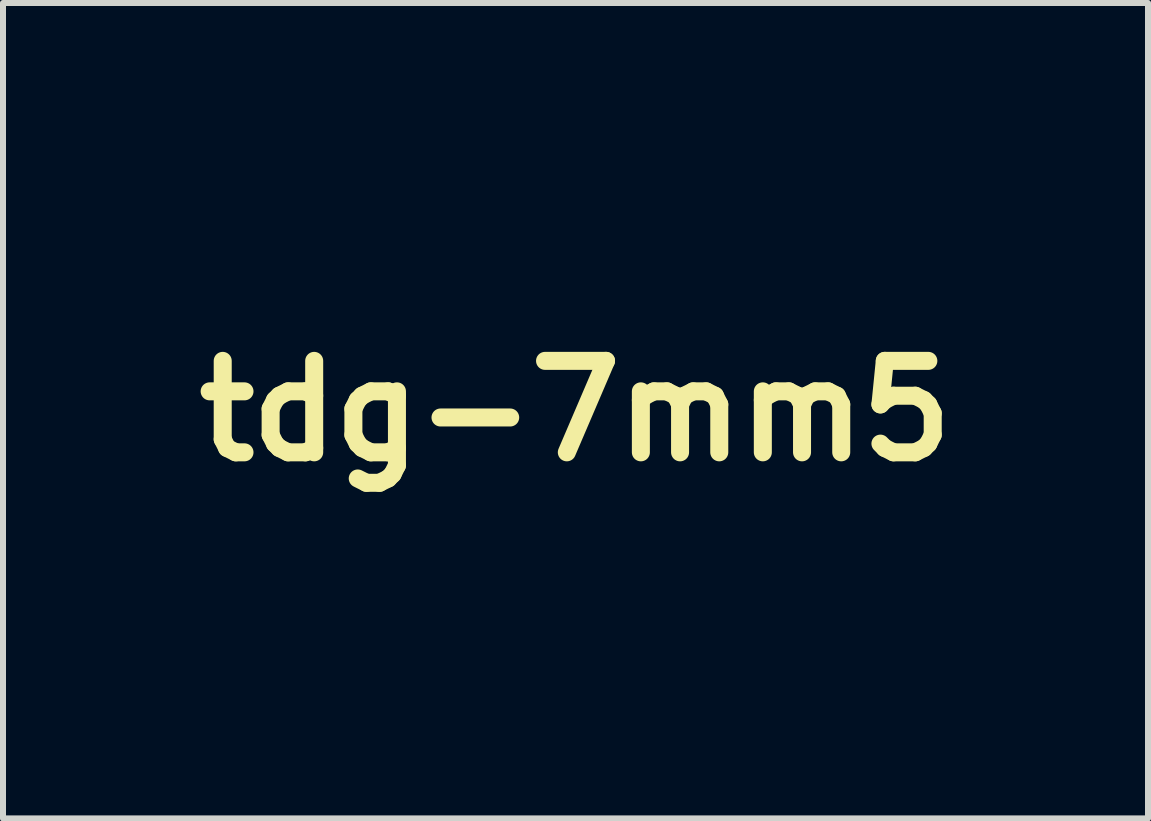
<source format=kicad_pcb>
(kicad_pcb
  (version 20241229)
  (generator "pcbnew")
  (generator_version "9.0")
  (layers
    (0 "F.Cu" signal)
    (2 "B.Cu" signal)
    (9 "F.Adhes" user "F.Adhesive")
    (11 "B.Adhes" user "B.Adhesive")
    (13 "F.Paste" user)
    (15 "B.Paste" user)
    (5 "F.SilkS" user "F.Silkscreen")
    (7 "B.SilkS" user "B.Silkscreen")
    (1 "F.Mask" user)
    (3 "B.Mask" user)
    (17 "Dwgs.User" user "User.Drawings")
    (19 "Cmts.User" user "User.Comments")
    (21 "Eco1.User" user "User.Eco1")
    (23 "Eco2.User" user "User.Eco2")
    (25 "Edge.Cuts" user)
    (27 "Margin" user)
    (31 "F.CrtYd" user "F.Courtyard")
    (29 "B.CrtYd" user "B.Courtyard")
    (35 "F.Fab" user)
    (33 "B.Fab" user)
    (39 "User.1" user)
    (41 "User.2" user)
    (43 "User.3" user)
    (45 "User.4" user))
  (footprint "tdg-7mm5"
    (layer "F.Cu")
    (at 6.539 3.797)
    (property "Reference" "tdg-7mm5" (at 0 0 0) (layer "F.SilkS") (effects (font (size 1.524 1.524) (thickness 0.3))))
    (attr through_hole)
    (fp_poly (pts (xy -2.444 -0.199) (xy -2.416 -0.189) (xy -2.394 -0.174) (xy -2.39 -0.17) (xy -2.369 -0.147) (xy -2.354 -0.119) (xy -2.344 -0.083) (xy -2.339 -0.035) (xy -2.338 0.027) (xy -2.34 0.107) (xy -2.345 0.192) (xy -2.385 0.69) (xy -2.44 1.189) (xy -2.512 1.694) (xy -2.552 1.943) (xy -2.572 2.058) (xy -2.59 2.152) (xy -2.607 2.229) (xy -2.624 2.292) (xy -2.642 2.343) (xy -2.661 2.386) (xy -2.682 2.424) (xy -2.692 2.438) (xy -2.74 2.493) (xy -2.798 2.533) (xy -2.86 2.556) (xy -2.921 2.56) (xy -2.951 2.553) (xy -3.023 2.519) (xy -3.095 2.463) (xy -3.164 2.387) (xy -3.202 2.334) (xy -3.243 2.268) (xy -3.289 2.184) (xy -3.339 2.086) (xy -3.391 1.979) (xy -3.442 1.867) (xy -3.491 1.755) (xy -3.535 1.647) (xy -3.572 1.548) (xy -3.58 1.525) (xy -3.599 1.466) (xy -3.608 1.428) (xy -3.215 1.428) (xy -3.207 1.492) (xy -3.2 1.515) (xy -3.181 1.56) (xy -3.154 1.609) (xy -3.123 1.659) (xy -3.09 1.707) (xy -3.059 1.746) (xy -3.032 1.775) (xy -3.012 1.787) (xy -3.007 1.787) (xy -2.993 1.774) (xy -2.974 1.749) (xy -2.972 1.745) (xy -2.956 1.702) (xy -2.944 1.639) (xy -2.936 1.56) (xy -2.932 1.468) (xy -2.933 1.367) (xy -2.938 1.261) (xy -2.948 1.153) (xy -2.962 1.048) (xy -2.965 1.028) (xy -2.978 0.957) (xy -2.989 0.908) (xy -3 0.88) (xy -3.011 0.87) (xy -3.019 0.874) (xy -3.026 0.887) (xy -3.04 0.919) (xy -3.06 0.965) (xy -3.084 1.021) (xy -3.11 1.085) (xy -3.137 1.151) (xy -3.164 1.217) (xy -3.188 1.277) (xy -3.2 1.306) (xy -3.213 1.362) (xy -3.215 1.428) (xy -3.608 1.428) (xy -3.61 1.42) (xy -3.615 1.379) (xy -3.615 1.334) (xy -3.615 1.325) (xy -3.613 1.296) (xy -3.61 1.272) (xy -3.606 1.249) (xy -3.597 1.223) (xy -3.584 1.192) (xy -3.565 1.151) (xy -3.538 1.098) (xy -3.501 1.03) (xy -3.468 0.968) (xy -3.375 0.771) (xy -3.304 0.574) (xy -3.255 0.374) (xy -3.235 0.236) (xy -3.224 0.151) (xy -3.211 0.085) (xy -3.193 0.036) (xy -3.168 -0.000371) (xy -3.13 -0.029) (xy -3.078 -0.053) (xy -3.007 -0.077) (xy -2.96 -0.091) (xy -2.836 -0.127) (xy -2.732 -0.156) (xy -2.646 -0.178) (xy -2.577 -0.193) (xy -2.522 -0.201) (xy -2.478 -0.203) (xy -2.444 -0.199)) (stroke (width 0.01) (type solid)) (fill yes) (layer "F.Mask"))
    (fp_poly (pts (xy -1.597 -3.464) (xy -1.578 -3.455) (xy -1.565 -3.439) (xy -1.558 -3.414) (xy -1.558 -3.379) (xy -1.564 -3.329) (xy -1.579 -3.263) (xy -1.6 -3.178) (xy -1.614 -3.129) (xy -1.637 -3.043) (xy -1.663 -2.944) (xy -1.689 -2.843) (xy -1.711 -2.749) (xy -1.718 -2.72) (xy -1.744 -2.611) (xy -1.766 -2.523) (xy -1.784 -2.454) (xy -1.801 -2.401) (xy -1.815 -2.362) (xy -1.829 -2.334) (xy -1.839 -2.318) (xy -1.866 -2.294) (xy -1.897 -2.288) (xy -1.938 -2.3) (xy -1.961 -2.312) (xy -1.997 -2.329) (xy -2.025 -2.332) (xy -2.041 -2.328) (xy -2.063 -2.316) (xy -2.082 -2.295) (xy -2.1 -2.264) (xy -2.116 -2.219) (xy -2.132 -2.157) (xy -2.148 -2.077) (xy -2.166 -1.976) (xy -2.171 -1.947) (xy -2.191 -1.823) (xy -2.208 -1.718) (xy -2.221 -1.629) (xy -2.232 -1.552) (xy -2.24 -1.483) (xy -2.246 -1.418) (xy -2.25 -1.353) (xy -2.253 -1.284) (xy -2.254 -1.207) (xy -2.255 -1.117) (xy -2.255 -1.012) (xy -2.255 -0.965) (xy -2.256 -0.852) (xy -2.256 -0.76) (xy -2.257 -0.687) (xy -2.258 -0.63) (xy -2.259 -0.588) (xy -2.262 -0.557) (xy -2.265 -0.536) (xy -2.269 -0.521) (xy -2.275 -0.509) (xy -2.281 -0.5) (xy -2.309 -0.469) (xy -2.343 -0.441) (xy -2.344 -0.44) (xy -2.368 -0.427) (xy -2.411 -0.407) (xy -2.469 -0.382) (xy -2.538 -0.352) (xy -2.617 -0.32) (xy -2.701 -0.286) (xy -2.788 -0.252) (xy -2.873 -0.219) (xy -2.955 -0.188) (xy -3.029 -0.16) (xy -3.093 -0.137) (xy -3.142 -0.12) (xy -3.175 -0.111) (xy -3.185 -0.109) (xy -3.223 -0.116) (xy -3.246 -0.131) (xy -3.262 -0.158) (xy -3.266 -0.176) (xy -3.261 -0.194) (xy -3.247 -0.23) (xy -3.227 -0.28) (xy -3.201 -0.342) (xy -3.17 -0.41) (xy -3.164 -0.423) (xy -3.048 -0.695) (xy -2.95 -0.959) (xy -2.869 -1.221) (xy -2.802 -1.489) (xy -2.753 -1.738) (xy -2.741 -1.809) (xy -2.734 -1.86) (xy -2.732 -1.893) (xy -2.735 -1.91) (xy -2.738 -1.914) (xy -2.752 -1.921) (xy -2.767 -1.919) (xy -2.789 -1.906) (xy -2.807 -1.893) (xy -2.863 -1.856) (xy -2.908 -1.837) (xy -2.945 -1.834) (xy -2.965 -1.839) (xy -2.999 -1.86) (xy -3.022 -1.891) (xy -3.032 -1.934) (xy -3.032 -1.991) (xy -3.02 -2.065) (xy -2.998 -2.157) (xy -2.988 -2.191) (xy -2.943 -2.338) (xy -2.895 -2.466) (xy -2.844 -2.579) (xy -2.786 -2.679) (xy -2.719 -2.77) (xy -2.64 -2.855) (xy -2.547 -2.938) (xy -2.438 -3.021) (xy -2.309 -3.107) (xy -2.245 -3.147) (xy -2.183 -3.185) (xy -2.112 -3.226) (xy -2.035 -3.269) (xy -1.956 -3.312) (xy -1.878 -3.353) (xy -1.805 -3.39) (xy -1.74 -3.422) (xy -1.688 -3.446) (xy -1.651 -3.461) (xy -1.639 -3.464) (xy -1.597 -3.464)) (stroke (width 0.01) (type solid)) (fill yes) (layer "F.Mask"))
    (fp_poly (pts (xy -0.63 -3.787) (xy -0.571 -3.78) (xy -0.55 -3.776) (xy -0.47 -3.741) (xy -0.397 -3.687) (xy -0.333 -3.614) (xy -0.281 -3.528) (xy -0.249 -3.448) (xy -0.228 -3.369) (xy -0.213 -3.278) (xy -0.202 -3.172) (xy -0.197 -3.051) (xy -0.196 -2.913) (xy -0.2 -2.757) (xy -0.209 -2.581) (xy -0.223 -2.385) (xy -0.242 -2.171) (xy -0.26 -1.96) (xy -0.274 -1.77) (xy -0.283 -1.598) (xy -0.288 -1.441) (xy -0.288 -1.298) (xy -0.283 -1.164) (xy -0.274 -1.037) (xy -0.26 -0.914) (xy -0.241 -0.795) (xy -0.225 -0.681) (xy -0.219 -0.586) (xy -0.223 -0.506) (xy -0.239 -0.44) (xy -0.267 -0.383) (xy -0.307 -0.333) (xy -0.312 -0.328) (xy -0.377 -0.279) (xy -0.454 -0.248) (xy -0.545 -0.236) (xy -0.652 -0.241) (xy -0.665 -0.243) (xy -0.694 -0.248) (xy -0.744 -0.257) (xy -0.812 -0.269) (xy -0.894 -0.284) (xy -0.987 -0.302) (xy -1.089 -0.322) (xy -1.197 -0.343) (xy -1.231 -0.35) (xy -1.362 -0.376) (xy -1.471 -0.398) (xy -1.561 -0.417) (xy -1.634 -0.434) (xy -1.691 -0.449) (xy -1.736 -0.463) (xy -1.771 -0.477) (xy -1.797 -0.491) (xy -1.817 -0.506) (xy -1.833 -0.524) (xy -1.847 -0.543) (xy -1.866 -0.575) (xy -1.88 -0.61) (xy -1.89 -0.651) (xy -1.895 -0.704) (xy -1.898 -0.772) (xy -1.899 -0.849) (xy -1.896 -0.986) (xy -1.895 -1.019) (xy -1.256 -1.019) (xy -1.25 -0.943) (xy -1.238 -0.886) (xy -1.219 -0.844) (xy -1.191 -0.813) (xy -1.17 -0.798) (xy -1.121 -0.777) (xy -1.074 -0.778) (xy -1.047 -0.788) (xy -1.022 -0.802) (xy -1.003 -0.821) (xy -0.989 -0.849) (xy -0.981 -0.889) (xy -0.975 -0.944) (xy -0.971 -1.019) (xy -0.971 -1.04) (xy -0.969 -1.124) (xy -0.969 -1.217) (xy -0.971 -1.315) (xy -0.974 -1.413) (xy -0.977 -1.509) (xy -0.982 -1.599) (xy -0.988 -1.68) (xy -0.994 -1.747) (xy -1 -1.797) (xy -1.007 -1.828) (xy -1.008 -1.829) (xy -1.022 -1.858) (xy -1.035 -1.874) (xy -1.038 -1.875) (xy -1.048 -1.865) (xy -1.064 -1.838) (xy -1.081 -1.804) (xy -1.148 -1.637) (xy -1.199 -1.469) (xy -1.235 -1.304) (xy -1.254 -1.147) (xy -1.256 -1.019) (xy -1.895 -1.019) (xy -1.888 -1.132) (xy -1.875 -1.287) (xy -1.856 -1.453) (xy -1.83 -1.633) (xy -1.799 -1.827) (xy -1.76 -2.037) (xy -1.715 -2.265) (xy -1.663 -2.513) (xy -1.603 -2.782) (xy -1.596 -2.812) (xy -1.563 -2.956) (xy -1.533 -3.078) (xy -1.505 -3.181) (xy -1.478 -3.268) (xy -1.451 -3.341) (xy -1.423 -3.403) (xy -1.394 -3.455) (xy -1.362 -3.501) (xy -1.327 -3.543) (xy -1.304 -3.567) (xy -1.25 -3.612) (xy -1.178 -3.658) (xy -1.096 -3.701) (xy -1.009 -3.738) (xy -0.926 -3.765) (xy -0.913 -3.769) (xy -0.851 -3.78) (xy -0.779 -3.787) (xy -0.702 -3.789) (xy -0.63 -3.787)) (stroke (width 0.01) (type solid)) (fill yes) (layer "F.Mask"))
    (fp_poly (pts (xy 1.451 0.323) (xy 1.512 0.331) (xy 1.634 0.361) (xy 1.737 0.405) (xy 1.821 0.463) (xy 1.885 0.535) (xy 1.929 0.62) (xy 1.937 0.644) (xy 1.946 0.674) (xy 1.952 0.701) (xy 1.956 0.731) (xy 1.958 0.766) (xy 1.959 0.811) (xy 1.958 0.87) (xy 1.956 0.947) (xy 1.955 0.991) (xy 1.952 1.092) (xy 1.952 1.178) (xy 1.955 1.255) (xy 1.962 1.325) (xy 1.975 1.392) (xy 1.993 1.461) (xy 2.019 1.535) (xy 2.052 1.619) (xy 2.094 1.715) (xy 2.146 1.828) (xy 2.159 1.857) (xy 2.216 1.981) (xy 2.262 2.088) (xy 2.298 2.18) (xy 2.326 2.26) (xy 2.346 2.333) (xy 2.36 2.401) (xy 2.367 2.468) (xy 2.37 2.536) (xy 2.37 2.553) (xy 2.361 2.675) (xy 2.331 2.789) (xy 2.28 2.894) (xy 2.207 2.993) (xy 2.112 3.086) (xy 2.008 3.164) (xy 1.976 3.185) (xy 1.927 3.215) (xy 1.865 3.253) (xy 1.792 3.297) (xy 1.713 3.344) (xy 1.631 3.393) (xy 1.55 3.44) (xy 1.474 3.485) (xy 1.406 3.524) (xy 1.349 3.556) (xy 1.308 3.579) (xy 1.298 3.585) (xy 1.247 3.601) (xy 1.193 3.604) (xy 1.144 3.592) (xy 1.121 3.579) (xy 1.093 3.546) (xy 1.071 3.493) (xy 1.069 3.486) (xy 1.061 3.455) (xy 1.056 3.426) (xy 1.055 3.394) (xy 1.057 3.352) (xy 1.062 3.295) (xy 1.066 3.26) (xy 1.072 3.184) (xy 1.077 3.089) (xy 1.08 2.979) (xy 1.081 2.861) (xy 1.081 2.738) (xy 1.08 2.616) (xy 1.077 2.499) (xy 1.072 2.393) (xy 1.066 2.302) (xy 1.066 2.298) (xy 1.065 2.292) (xy 1.429 2.292) (xy 1.429 2.349) (xy 1.432 2.398) (xy 1.437 2.429) (xy 1.446 2.451) (xy 1.462 2.471) (xy 1.479 2.487) (xy 1.526 2.519) (xy 1.575 2.528) (xy 1.629 2.516) (xy 1.671 2.493) (xy 1.727 2.443) (xy 1.767 2.378) (xy 1.791 2.299) (xy 1.797 2.208) (xy 1.788 2.107) (xy 1.762 1.997) (xy 1.719 1.882) (xy 1.69 1.821) (xy 1.654 1.752) (xy 1.624 1.703) (xy 1.598 1.673) (xy 1.573 1.659) (xy 1.547 1.66) (xy 1.523 1.67) (xy 1.503 1.685) (xy 1.487 1.709) (xy 1.476 1.745) (xy 1.468 1.796) (xy 1.462 1.866) (xy 1.459 1.917) (xy 1.456 1.988) (xy 1.45 2.058) (xy 1.445 2.12) (xy 1.439 2.166) (xy 1.438 2.17) (xy 1.432 2.226) (xy 1.429 2.292) (xy 1.065 2.292) (xy 1.061 2.246) (xy 1.054 2.174) (xy 1.046 2.086) (xy 1.036 1.985) (xy 1.024 1.875) (xy 1.012 1.761) (xy 1 1.645) (xy 0.998 1.627) (xy 0.986 1.512) (xy 0.975 1.399) (xy 0.965 1.291) (xy 0.955 1.192) (xy 0.948 1.104) (xy 0.942 1.033) (xy 0.938 0.981) (xy 0.938 0.974) (xy 0.933 0.889) (xy 0.924 0.82) (xy 0.912 0.761) (xy 0.901 0.722) (xy 0.878 0.629) (xy 0.871 0.546) (xy 0.881 0.477) (xy 0.907 0.423) (xy 0.945 0.388) (xy 1.001 0.363) (xy 1.076 0.343) (xy 1.163 0.328) (xy 1.259 0.32) (xy 1.357 0.318) (xy 1.451 0.323)) (stroke (width 0.01) (type solid)) (fill yes) (layer "F.Mask"))
    (fp_poly (pts (xy 1.664 -3.316) (xy 1.734 -3.291) (xy 1.798 -3.261) (xy 2.019 -3.14) (xy 2.23 -2.999) (xy 2.429 -2.841) (xy 2.612 -2.667) (xy 2.745 -2.519) (xy 2.822 -2.42) (xy 2.879 -2.329) (xy 2.916 -2.246) (xy 2.934 -2.173) (xy 2.931 -2.11) (xy 2.908 -2.059) (xy 2.881 -2.031) (xy 2.843 -2.013) (xy 2.794 -2.01) (xy 2.731 -2.023) (xy 2.652 -2.051) (xy 2.614 -2.068) (xy 2.56 -2.092) (xy 2.521 -2.106) (xy 2.491 -2.113) (xy 2.464 -2.114) (xy 2.445 -2.112) (xy 2.368 -2.093) (xy 2.306 -2.061) (xy 2.261 -2.017) (xy 2.237 -1.963) (xy 2.232 -1.923) (xy 2.24 -1.875) (xy 2.26 -1.82) (xy 2.289 -1.761) (xy 2.324 -1.705) (xy 2.362 -1.655) (xy 2.401 -1.615) (xy 2.436 -1.59) (xy 2.459 -1.584) (xy 2.489 -1.593) (xy 2.53 -1.618) (xy 2.558 -1.639) (xy 2.607 -1.677) (xy 2.643 -1.699) (xy 2.673 -1.708) (xy 2.7 -1.706) (xy 2.716 -1.7) (xy 2.767 -1.666) (xy 2.816 -1.609) (xy 2.861 -1.531) (xy 2.903 -1.431) (xy 2.92 -1.381) (xy 2.94 -1.307) (xy 2.949 -1.25) (xy 2.948 -1.204) (xy 2.935 -1.165) (xy 2.933 -1.161) (xy 2.915 -1.136) (xy 2.89 -1.121) (xy 2.854 -1.116) (xy 2.804 -1.121) (xy 2.734 -1.135) (xy 2.734 -1.135) (xy 2.681 -1.146) (xy 2.635 -1.155) (xy 2.602 -1.16) (xy 2.592 -1.161) (xy 2.562 -1.15) (xy 2.534 -1.117) (xy 2.508 -1.066) (xy 2.488 -1.001) (xy 2.473 -0.924) (xy 2.472 -0.911) (xy 2.473 -0.847) (xy 2.495 -0.795) (xy 2.537 -0.757) (xy 2.6 -0.733) (xy 2.682 -0.721) (xy 2.722 -0.72) (xy 2.776 -0.721) (xy 2.816 -0.725) (xy 2.852 -0.736) (xy 2.895 -0.754) (xy 2.919 -0.766) (xy 3.021 -0.829) (xy 3.105 -0.906) (xy 3.169 -0.998) (xy 3.213 -1.103) (xy 3.225 -1.148) (xy 3.246 -1.218) (xy 3.274 -1.265) (xy 3.307 -1.29) (xy 3.344 -1.293) (xy 3.386 -1.272) (xy 3.399 -1.261) (xy 3.416 -1.243) (xy 3.43 -1.22) (xy 3.443 -1.187) (xy 3.457 -1.139) (xy 3.472 -1.084) (xy 3.501 -0.961) (xy 3.525 -0.856) (xy 3.542 -0.761) (xy 3.555 -0.67) (xy 3.565 -0.578) (xy 3.568 -0.534) (xy 3.574 -0.43) (xy 3.573 -0.347) (xy 3.565 -0.282) (xy 3.549 -0.231) (xy 3.523 -0.193) (xy 3.487 -0.163) (xy 3.448 -0.143) (xy 3.391 -0.119) (xy 3.319 -0.092) (xy 3.232 -0.061) (xy 3.127 -0.025) (xy 3.003 0.016) (xy 2.858 0.062) (xy 2.837 0.069) (xy 2.717 0.106) (xy 2.617 0.135) (xy 2.534 0.157) (xy 2.465 0.171) (xy 2.409 0.178) (xy 2.362 0.18) (xy 2.321 0.175) (xy 2.286 0.166) (xy 2.238 0.14) (xy 2.189 0.097) (xy 2.145 0.043) (xy 2.111 -0.015) (xy 2.105 -0.031) (xy 2.096 -0.057) (xy 2.089 -0.083) (xy 2.083 -0.115) (xy 2.078 -0.155) (xy 2.075 -0.207) (xy 2.071 -0.275) (xy 2.068 -0.363) (xy 2.067 -0.387) (xy 2.056 -0.622) (xy 2.038 -0.839) (xy 2.014 -1.041) (xy 1.983 -1.234) (xy 1.942 -1.422) (xy 1.892 -1.61) (xy 1.832 -1.804) (xy 1.76 -2.007) (xy 1.725 -2.099) (xy 1.702 -2.164) (xy 1.681 -2.236) (xy 1.665 -2.304) (xy 1.663 -2.317) (xy 1.642 -2.426) (xy 1.619 -2.539) (xy 1.594 -2.65) (xy 1.57 -2.754) (xy 1.547 -2.849) (xy 1.526 -2.929) (xy 1.507 -2.989) (xy 1.506 -2.994) (xy 1.477 -3.084) (xy 1.46 -3.155) (xy 1.455 -3.211) (xy 1.462 -3.253) (xy 1.48 -3.284) (xy 1.51 -3.307) (xy 1.513 -3.309) (xy 1.557 -3.324) (xy 1.606 -3.327) (xy 1.664 -3.316)) (stroke (width 0.01) (type solid)) (fill yes) (layer "F.Mask"))
    (fp_poly (pts (xy -0.192 -0.08) (xy -0.12 -0.074) (xy -0.05 -0.064) (xy -0.000183 -0.054) (xy 0.089 -0.025) (xy 0.184 0.018) (xy 0.281 0.073) (xy 0.375 0.137) (xy 0.463 0.206) (xy 0.541 0.278) (xy 0.604 0.35) (xy 0.648 0.418) (xy 0.65 0.422) (xy 0.673 0.486) (xy 0.683 0.561) (xy 0.679 0.65) (xy 0.663 0.755) (xy 0.65 0.817) (xy 0.618 0.973) (xy 0.599 1.128) (xy 0.593 1.285) (xy 0.6 1.451) (xy 0.619 1.63) (xy 0.636 1.742) (xy 0.649 1.816) (xy 0.667 1.901) (xy 0.69 2) (xy 0.718 2.115) (xy 0.752 2.247) (xy 0.792 2.398) (xy 0.833 2.546) (xy 0.869 2.68) (xy 0.899 2.794) (xy 0.924 2.889) (xy 0.943 2.97) (xy 0.958 3.038) (xy 0.969 3.097) (xy 0.977 3.149) (xy 0.981 3.196) (xy 0.983 3.242) (xy 0.984 3.278) (xy 0.983 3.343) (xy 0.979 3.391) (xy 0.971 3.432) (xy 0.958 3.471) (xy 0.956 3.476) (xy 0.912 3.558) (xy 0.848 3.625) (xy 0.766 3.678) (xy 0.666 3.715) (xy 0.629 3.724) (xy 0.593 3.73) (xy 0.538 3.737) (xy 0.467 3.744) (xy 0.384 3.752) (xy 0.293 3.759) (xy 0.199 3.766) (xy 0.106 3.772) (xy 0.018 3.778) (xy -0.061 3.782) (xy -0.126 3.784) (xy -0.169 3.785) (xy -0.223 3.783) (xy -0.271 3.78) (xy -0.305 3.777) (xy -0.315 3.775) (xy -0.391 3.739) (xy -0.459 3.682) (xy -0.515 3.608) (xy -0.54 3.559) (xy -0.568 3.486) (xy -0.595 3.391) (xy -0.621 3.28) (xy -0.647 3.155) (xy -0.671 3.019) (xy -0.692 2.876) (xy -0.712 2.731) (xy -0.718 2.677) (xy -0.153 2.677) (xy -0.149 2.73) (xy -0.137 2.769) (xy -0.119 2.797) (xy -0.102 2.812) (xy -0.074 2.824) (xy -0.03 2.838) (xy 0.022 2.851) (xy 0.073 2.861) (xy 0.116 2.865) (xy 0.117 2.865) (xy 0.143 2.859) (xy 0.174 2.84) (xy 0.181 2.835) (xy 0.226 2.783) (xy 0.26 2.714) (xy 0.281 2.635) (xy 0.284 2.612) (xy 0.286 2.56) (xy 0.285 2.492) (xy 0.279 2.412) (xy 0.271 2.325) (xy 0.261 2.237) (xy 0.248 2.15) (xy 0.235 2.071) (xy 0.221 2.004) (xy 0.207 1.954) (xy 0.198 1.932) (xy 0.181 1.906) (xy 0.152 1.869) (xy 0.115 1.828) (xy 0.097 1.808) (xy 0.059 1.766) (xy 0.027 1.724) (xy 0.005 1.69) (xy -0.001 1.678) (xy -0.018 1.645) (xy -0.035 1.634) (xy -0.052 1.645) (xy -0.059 1.66) (xy -0.062 1.679) (xy -0.067 1.719) (xy -0.072 1.776) (xy -0.078 1.846) (xy -0.085 1.926) (xy -0.089 1.996) (xy -0.096 2.087) (xy -0.103 2.177) (xy -0.11 2.26) (xy -0.117 2.332) (xy -0.124 2.388) (xy -0.127 2.413) (xy -0.142 2.521) (xy -0.151 2.608) (xy -0.153 2.677) (xy -0.718 2.677) (xy -0.728 2.585) (xy -0.741 2.442) (xy -0.75 2.306) (xy -0.755 2.181) (xy -0.755 2.07) (xy -0.75 1.976) (xy -0.75 1.972) (xy -0.743 1.912) (xy -0.737 1.859) (xy -0.73 1.808) (xy -0.721 1.754) (xy -0.709 1.695) (xy -0.694 1.624) (xy -0.675 1.538) (xy -0.653 1.439) (xy -0.626 1.318) (xy -0.604 1.216) (xy -0.587 1.132) (xy -0.574 1.061) (xy -0.565 1) (xy -0.559 0.945) (xy -0.556 0.894) (xy -0.555 0.842) (xy -0.555 0.841) (xy -0.555 0.778) (xy -0.559 0.73) (xy -0.568 0.689) (xy -0.583 0.644) (xy -0.585 0.637) (xy -0.604 0.578) (xy -0.615 0.523) (xy -0.616 0.465) (xy -0.607 0.403) (xy -0.589 0.33) (xy -0.559 0.243) (xy -0.529 0.165) (xy -0.491 0.076) (xy -0.453 0.01) (xy -0.414 -0.037) (xy -0.372 -0.066) (xy -0.354 -0.073) (xy -0.315 -0.08) (xy -0.259 -0.082) (xy -0.192 -0.08)) (stroke (width 0.01) (type solid)) (fill yes) (layer "F.Mask"))
    (fp_poly (pts (xy 3.59 -0.045) (xy 3.607 -0.035) (xy 3.618 -0.013) (xy 3.625 0.022) (xy 3.627 0.075) (xy 3.625 0.146) (xy 3.624 0.187) (xy 3.61 0.361) (xy 3.582 0.523) (xy 3.539 0.679) (xy 3.48 0.838) (xy 3.422 0.965) (xy 3.381 1.053) (xy 3.352 1.124) (xy 3.335 1.181) (xy 3.329 1.228) (xy 3.334 1.267) (xy 3.341 1.29) (xy 3.356 1.326) (xy 3.376 1.373) (xy 3.393 1.414) (xy 3.417 1.491) (xy 3.421 1.565) (xy 3.405 1.641) (xy 3.379 1.706) (xy 3.362 1.735) (xy 3.334 1.781) (xy 3.295 1.84) (xy 3.248 1.909) (xy 3.196 1.985) (xy 3.139 2.065) (xy 3.115 2.099) (xy 3.054 2.183) (xy 2.994 2.268) (xy 2.936 2.349) (xy 2.884 2.423) (xy 2.841 2.487) (xy 2.808 2.536) (xy 2.801 2.546) (xy 2.749 2.622) (xy 2.706 2.678) (xy 2.669 2.718) (xy 2.634 2.742) (xy 2.601 2.755) (xy 2.573 2.757) (xy 2.532 2.753) (xy 2.496 2.742) (xy 2.49 2.739) (xy 2.464 2.72) (xy 2.45 2.701) (xy 2.446 2.681) (xy 2.442 2.643) (xy 2.437 2.59) (xy 2.433 2.527) (xy 2.432 2.497) (xy 2.423 2.315) (xy 2.341 2.128) (xy 2.296 2.026) (xy 2.262 1.944) (xy 2.238 1.879) (xy 2.222 1.831) (xy 2.215 1.796) (xy 2.215 1.774) (xy 2.222 1.762) (xy 2.223 1.761) (xy 2.239 1.762) (xy 2.273 1.77) (xy 2.319 1.784) (xy 2.374 1.802) (xy 2.432 1.822) (xy 2.489 1.843) (xy 2.539 1.863) (xy 2.579 1.88) (xy 2.603 1.892) (xy 2.608 1.896) (xy 2.623 1.928) (xy 2.618 1.965) (xy 2.602 1.996) (xy 2.587 2.028) (xy 2.587 2.057) (xy 2.592 2.076) (xy 2.609 2.114) (xy 2.633 2.148) (xy 2.633 2.148) (xy 2.655 2.168) (xy 2.673 2.17) (xy 2.686 2.165) (xy 2.722 2.133) (xy 2.749 2.085) (xy 2.764 2.029) (xy 2.764 1.971) (xy 2.759 1.946) (xy 2.742 1.909) (xy 2.712 1.877) (xy 2.668 1.848) (xy 2.605 1.819) (xy 2.545 1.798) (xy 2.466 1.77) (xy 2.406 1.746) (xy 2.36 1.722) (xy 2.322 1.695) (xy 2.287 1.664) (xy 2.273 1.649) (xy 2.238 1.608) (xy 2.207 1.563) (xy 2.18 1.511) (xy 2.157 1.451) (xy 2.135 1.38) (xy 2.115 1.295) (xy 2.096 1.194) (xy 2.078 1.075) (xy 2.059 0.935) (xy 2.05 0.858) (xy 2.033 0.717) (xy 2.021 0.599) (xy 2.014 0.501) (xy 2.013 0.422) (xy 2.017 0.36) (xy 2.028 0.313) (xy 2.045 0.281) (xy 2.071 0.26) (xy 2.104 0.25) (xy 2.145 0.249) (xy 2.195 0.255) (xy 2.228 0.26) (xy 2.293 0.271) (xy 2.35 0.275) (xy 2.405 0.272) (xy 2.467 0.261) (xy 2.539 0.243) (xy 2.607 0.228) (xy 2.66 0.224) (xy 2.699 0.233) (xy 2.725 0.257) (xy 2.739 0.296) (xy 2.74 0.353) (xy 2.731 0.429) (xy 2.712 0.525) (xy 2.701 0.568) (xy 2.687 0.63) (xy 2.678 0.68) (xy 2.675 0.728) (xy 2.675 0.783) (xy 2.677 0.835) (xy 2.682 0.916) (xy 2.69 0.978) (xy 2.703 1.027) (xy 2.72 1.066) (xy 2.745 1.102) (xy 2.748 1.106) (xy 2.775 1.134) (xy 2.8 1.146) (xy 2.836 1.149) (xy 2.836 1.149) (xy 2.879 1.144) (xy 2.913 1.129) (xy 2.943 1.099) (xy 2.97 1.051) (xy 2.998 0.984) (xy 3.003 0.969) (xy 3.025 0.905) (xy 3.045 0.838) (xy 3.061 0.776) (xy 3.066 0.754) (xy 3.08 0.648) (xy 3.074 0.552) (xy 3.049 0.467) (xy 3.006 0.396) (xy 2.95 0.343) (xy 2.906 0.304) (xy 2.884 0.267) (xy 2.881 0.226) (xy 2.884 0.212) (xy 2.888 0.198) (xy 2.895 0.186) (xy 2.909 0.176) (xy 2.931 0.165) (xy 2.966 0.153) (xy 3.016 0.138) (xy 3.085 0.118) (xy 3.136 0.104) (xy 3.241 0.074) (xy 3.332 0.043) (xy 3.405 0.014) (xy 3.433 0.000349) (xy 3.481 -0.022) (xy 3.526 -0.039) (xy 3.56 -0.048) (xy 3.566 -0.048) (xy 3.59 -0.045)) (stroke (width 0.01) (type solid)) (fill yes) (layer "F.Mask"))
    (fp_poly (pts (xy -1.834 -0.364) (xy -1.752 -0.35) (xy -1.652 -0.328) (xy -1.584 -0.31) (xy -1.48 -0.284) (xy -1.386 -0.262) (xy -1.297 -0.244) (xy -1.204 -0.229) (xy -1.1 -0.214) (xy -0.983 -0.2) (xy -0.89 -0.188) (xy -0.818 -0.173) (xy -0.762 -0.155) (xy -0.72 -0.131) (xy -0.687 -0.1) (xy -0.659 -0.06) (xy -0.651 -0.043) (xy -0.637 -0.009) (xy -0.632 0.032) (xy -0.633 0.081) (xy -0.643 0.142) (xy -0.662 0.218) (xy -0.689 0.313) (xy -0.699 0.345) (xy -0.728 0.437) (xy -0.751 0.512) (xy -0.769 0.574) (xy -0.784 0.628) (xy -0.797 0.679) (xy -0.809 0.732) (xy -0.822 0.793) (xy -0.827 0.818) (xy -0.861 1.01) (xy -0.887 1.224) (xy -0.905 1.458) (xy -0.914 1.713) (xy -0.916 1.988) (xy -0.909 2.281) (xy -0.895 2.591) (xy -0.872 2.918) (xy -0.865 3.009) (xy -0.847 3.218) (xy -0.786 3.351) (xy -0.748 3.438) (xy -0.722 3.508) (xy -0.709 3.563) (xy -0.707 3.607) (xy -0.718 3.642) (xy -0.74 3.672) (xy -0.766 3.694) (xy -0.801 3.709) (xy -0.855 3.719) (xy -0.919 3.722) (xy -0.989 3.72) (xy -1.059 3.71) (xy -1.076 3.706) (xy -1.138 3.691) (xy -1.21 3.671) (xy -1.286 3.649) (xy -1.362 3.625) (xy -1.432 3.602) (xy -1.49 3.581) (xy -1.531 3.564) (xy -1.539 3.561) (xy -1.605 3.52) (xy -1.663 3.47) (xy -1.706 3.417) (xy -1.719 3.393) (xy -1.736 3.334) (xy -1.74 3.26) (xy -1.731 3.169) (xy -1.711 3.072) (xy -1.692 2.979) (xy -1.683 2.904) (xy -1.685 2.844) (xy -1.696 2.797) (xy -1.702 2.782) (xy -1.737 2.736) (xy -1.784 2.703) (xy -1.838 2.686) (xy -1.891 2.689) (xy -1.904 2.693) (xy -1.929 2.713) (xy -1.948 2.75) (xy -1.958 2.797) (xy -1.959 2.817) (xy -1.955 2.852) (xy -1.944 2.9) (xy -1.928 2.952) (xy -1.924 2.963) (xy -1.895 3.052) (xy -1.882 3.125) (xy -1.884 3.182) (xy -1.901 3.229) (xy -1.934 3.265) (xy -1.947 3.275) (xy -2 3.297) (xy -2.064 3.299) (xy -2.14 3.284) (xy -2.224 3.252) (xy -2.315 3.203) (xy -2.411 3.139) (xy -2.51 3.061) (xy -2.598 2.982) (xy -2.676 2.904) (xy -2.734 2.838) (xy -2.773 2.783) (xy -2.792 2.742) (xy -2.794 2.727) (xy -2.787 2.701) (xy -2.77 2.668) (xy -2.764 2.66) (xy -2.729 2.611) (xy -2.698 2.566) (xy -2.672 2.523) (xy -2.648 2.479) (xy -2.626 2.431) (xy -2.605 2.378) (xy -2.584 2.315) (xy -2.562 2.241) (xy -2.553 2.208) (xy -1.837 2.208) (xy -1.835 2.261) (xy -1.829 2.3) (xy -1.819 2.328) (xy -1.805 2.348) (xy -1.787 2.364) (xy -1.786 2.365) (xy -1.752 2.381) (xy -1.721 2.375) (xy -1.69 2.347) (xy -1.689 2.346) (xy -1.672 2.323) (xy -1.658 2.297) (xy -1.647 2.264) (xy -1.637 2.22) (xy -1.627 2.16) (xy -1.617 2.082) (xy -1.614 2.056) (xy -1.607 1.991) (xy -1.603 1.914) (xy -1.599 1.829) (xy -1.597 1.739) (xy -1.597 1.647) (xy -1.598 1.558) (xy -1.6 1.474) (xy -1.604 1.399) (xy -1.609 1.337) (xy -1.615 1.291) (xy -1.622 1.265) (xy -1.624 1.261) (xy -1.64 1.249) (xy -1.656 1.252) (xy -1.674 1.262) (xy -1.699 1.284) (xy -1.72 1.315) (xy -1.74 1.358) (xy -1.758 1.416) (xy -1.775 1.492) (xy -1.792 1.586) (xy -1.809 1.693) (xy -1.815 1.749) (xy -1.822 1.821) (xy -1.828 1.904) (xy -1.832 1.989) (xy -1.835 2.046) (xy -1.837 2.138) (xy -1.837 2.208) (xy -2.553 2.208) (xy -2.537 2.153) (xy -2.51 2.048) (xy -2.478 1.923) (xy -2.461 1.853) (xy -2.41 1.65) (xy -2.367 1.467) (xy -2.329 1.302) (xy -2.297 1.152) (xy -2.271 1.015) (xy -2.25 0.888) (xy -2.233 0.769) (xy -2.22 0.653) (xy -2.211 0.54) (xy -2.205 0.426) (xy -2.202 0.309) (xy -2.201 0.224) (xy -2.2 0.115) (xy -2.197 0.027) (xy -2.191 -0.045) (xy -2.181 -0.105) (xy -2.168 -0.157) (xy -2.15 -0.204) (xy -2.14 -0.227) (xy -2.114 -0.274) (xy -2.087 -0.306) (xy -2.053 -0.332) (xy -2.046 -0.336) (xy -2.005 -0.355) (xy -1.958 -0.366) (xy -1.902 -0.369) (xy -1.834 -0.364)) (stroke (width 0.01) (type solid)) (fill yes) (layer "F.Mask"))
    (fp_poly (pts (xy 0.289 -3.786) (xy 0.352 -3.77) (xy 0.407 -3.74) (xy 0.451 -3.703) (xy 0.49 -3.662) (xy 0.524 -3.615) (xy 0.554 -3.561) (xy 0.58 -3.497) (xy 0.603 -3.42) (xy 0.624 -3.329) (xy 0.642 -3.223) (xy 0.66 -3.097) (xy 0.677 -2.952) (xy 0.689 -2.824) (xy 0.703 -2.689) (xy 0.716 -2.575) (xy 0.729 -2.477) (xy 0.744 -2.392) (xy 0.762 -2.316) (xy 0.782 -2.245) (xy 0.807 -2.176) (xy 0.837 -2.105) (xy 0.873 -2.028) (xy 0.901 -1.971) (xy 0.939 -1.899) (xy 0.979 -1.828) (xy 1.018 -1.761) (xy 1.057 -1.701) (xy 1.091 -1.65) (xy 1.12 -1.612) (xy 1.142 -1.59) (xy 1.154 -1.586) (xy 1.154 -1.586) (xy 1.155 -1.599) (xy 1.153 -1.63) (xy 1.148 -1.673) (xy 1.147 -1.681) (xy 1.132 -1.777) (xy 1.106 -1.894) (xy 1.071 -2.032) (xy 1.025 -2.193) (xy 0.974 -2.359) (xy 0.922 -2.524) (xy 0.88 -2.671) (xy 0.847 -2.8) (xy 0.821 -2.916) (xy 0.803 -3.021) (xy 0.792 -3.118) (xy 0.788 -3.209) (xy 0.789 -3.297) (xy 0.79 -3.313) (xy 0.8 -3.418) (xy 0.817 -3.5) (xy 0.842 -3.561) (xy 0.875 -3.602) (xy 0.916 -3.624) (xy 0.952 -3.629) (xy 1.014 -3.617) (xy 1.073 -3.582) (xy 1.126 -3.524) (xy 1.174 -3.444) (xy 1.216 -3.343) (xy 1.245 -3.247) (xy 1.257 -3.199) (xy 1.267 -3.15) (xy 1.275 -3.1) (xy 1.281 -3.044) (xy 1.286 -2.981) (xy 1.289 -2.907) (xy 1.291 -2.819) (xy 1.292 -2.715) (xy 1.292 -2.593) (xy 1.291 -2.466) (xy 1.288 -1.978) (xy 1.32 -1.845) (xy 1.339 -1.772) (xy 1.36 -1.701) (xy 1.384 -1.628) (xy 1.414 -1.55) (xy 1.451 -1.463) (xy 1.495 -1.364) (xy 1.548 -1.25) (xy 1.593 -1.155) (xy 1.657 -1.021) (xy 1.711 -0.906) (xy 1.756 -0.806) (xy 1.793 -0.718) (xy 1.824 -0.64) (xy 1.85 -0.568) (xy 1.872 -0.499) (xy 1.89 -0.435) (xy 1.905 -0.373) (xy 1.916 -0.322) (xy 1.923 -0.272) (xy 1.926 -0.216) (xy 1.928 -0.147) (xy 1.928 -0.127) (xy 1.928 -0.058) (xy 1.927 -0.008) (xy 1.924 0.027) (xy 1.919 0.054) (xy 1.911 0.076) (xy 1.902 0.093) (xy 1.879 0.131) (xy 1.854 0.161) (xy 1.823 0.183) (xy 1.784 0.199) (xy 1.733 0.209) (xy 1.667 0.215) (xy 1.584 0.216) (xy 1.479 0.215) (xy 1.476 0.214) (xy 1.381 0.212) (xy 1.307 0.208) (xy 1.25 0.203) (xy 1.205 0.195) (xy 1.169 0.184) (xy 1.139 0.17) (xy 1.112 0.154) (xy 1.074 0.125) (xy 1.048 0.093) (xy 1.03 0.054) (xy 1.02 0.002) (xy 1.013 -0.068) (xy 1.012 -0.081) (xy 1.005 -0.173) (xy 0.991 -0.287) (xy 0.971 -0.422) (xy 0.946 -0.576) (xy 0.915 -0.748) (xy 0.894 -0.859) (xy 0.861 -1.021) (xy 0.831 -1.162) (xy 0.802 -1.283) (xy 0.775 -1.386) (xy 0.748 -1.473) (xy 0.72 -1.546) (xy 0.693 -1.607) (xy 0.663 -1.659) (xy 0.651 -1.678) (xy 0.611 -1.736) (xy 0.607 -1.693) (xy 0.606 -1.651) (xy 0.61 -1.588) (xy 0.618 -1.508) (xy 0.629 -1.414) (xy 0.643 -1.31) (xy 0.66 -1.199) (xy 0.678 -1.085) (xy 0.698 -0.97) (xy 0.719 -0.858) (xy 0.74 -0.753) (xy 0.756 -0.681) (xy 0.795 -0.507) (xy 0.828 -0.356) (xy 0.854 -0.225) (xy 0.874 -0.113) (xy 0.888 -0.018) (xy 0.897 0.06) (xy 0.899 0.124) (xy 0.896 0.174) (xy 0.887 0.213) (xy 0.873 0.241) (xy 0.859 0.256) (xy 0.82 0.274) (xy 0.768 0.278) (xy 0.709 0.268) (xy 0.659 0.25) (xy 0.624 0.23) (xy 0.578 0.2) (xy 0.526 0.163) (xy 0.49 0.136) (xy 0.432 0.092) (xy 0.363 0.043) (xy 0.294 -0.003) (xy 0.257 -0.026) (xy 0.2 -0.061) (xy 0.144 -0.096) (xy 0.094 -0.126) (xy 0.066 -0.143) (xy 0.022 -0.173) (xy -0.01 -0.204) (xy -0.031 -0.242) (xy -0.043 -0.289) (xy -0.049 -0.352) (xy -0.05 -0.428) (xy -0.048 -0.538) (xy -0.043 -0.67) (xy -0.036 -0.822) (xy -0.026 -0.994) (xy -0.014 -1.183) (xy 0.000035 -1.387) (xy 0.006 -1.47) (xy 0.018 -1.629) (xy 0.028 -1.767) (xy 0.036 -1.887) (xy 0.043 -1.991) (xy 0.048 -2.083) (xy 0.053 -2.165) (xy 0.056 -2.24) (xy 0.059 -2.312) (xy 0.06 -2.383) (xy 0.061 -2.455) (xy 0.062 -2.533) (xy 0.062 -2.618) (xy 0.062 -2.619) (xy 0.061 -2.792) (xy 0.057 -2.947) (xy 0.051 -3.086) (xy 0.041 -3.214) (xy 0.028 -3.337) (xy 0.024 -3.369) (xy 0.013 -3.485) (xy 0.015 -3.584) (xy 0.028 -3.664) (xy 0.053 -3.725) (xy 0.088 -3.764) (xy 0.115 -3.78) (xy 0.145 -3.788) (xy 0.188 -3.791) (xy 0.212 -3.792) (xy 0.289 -3.786)) (stroke (width 0.01) (type solid)) (fill yes) (layer "F.Mask")))
  (gr_rect
    (start -3 -3)
    (end 16.077 10.586)
    (stroke (width 0.1) (type default))
    (fill no)
    (layer "Edge.Cuts")))
</source>
